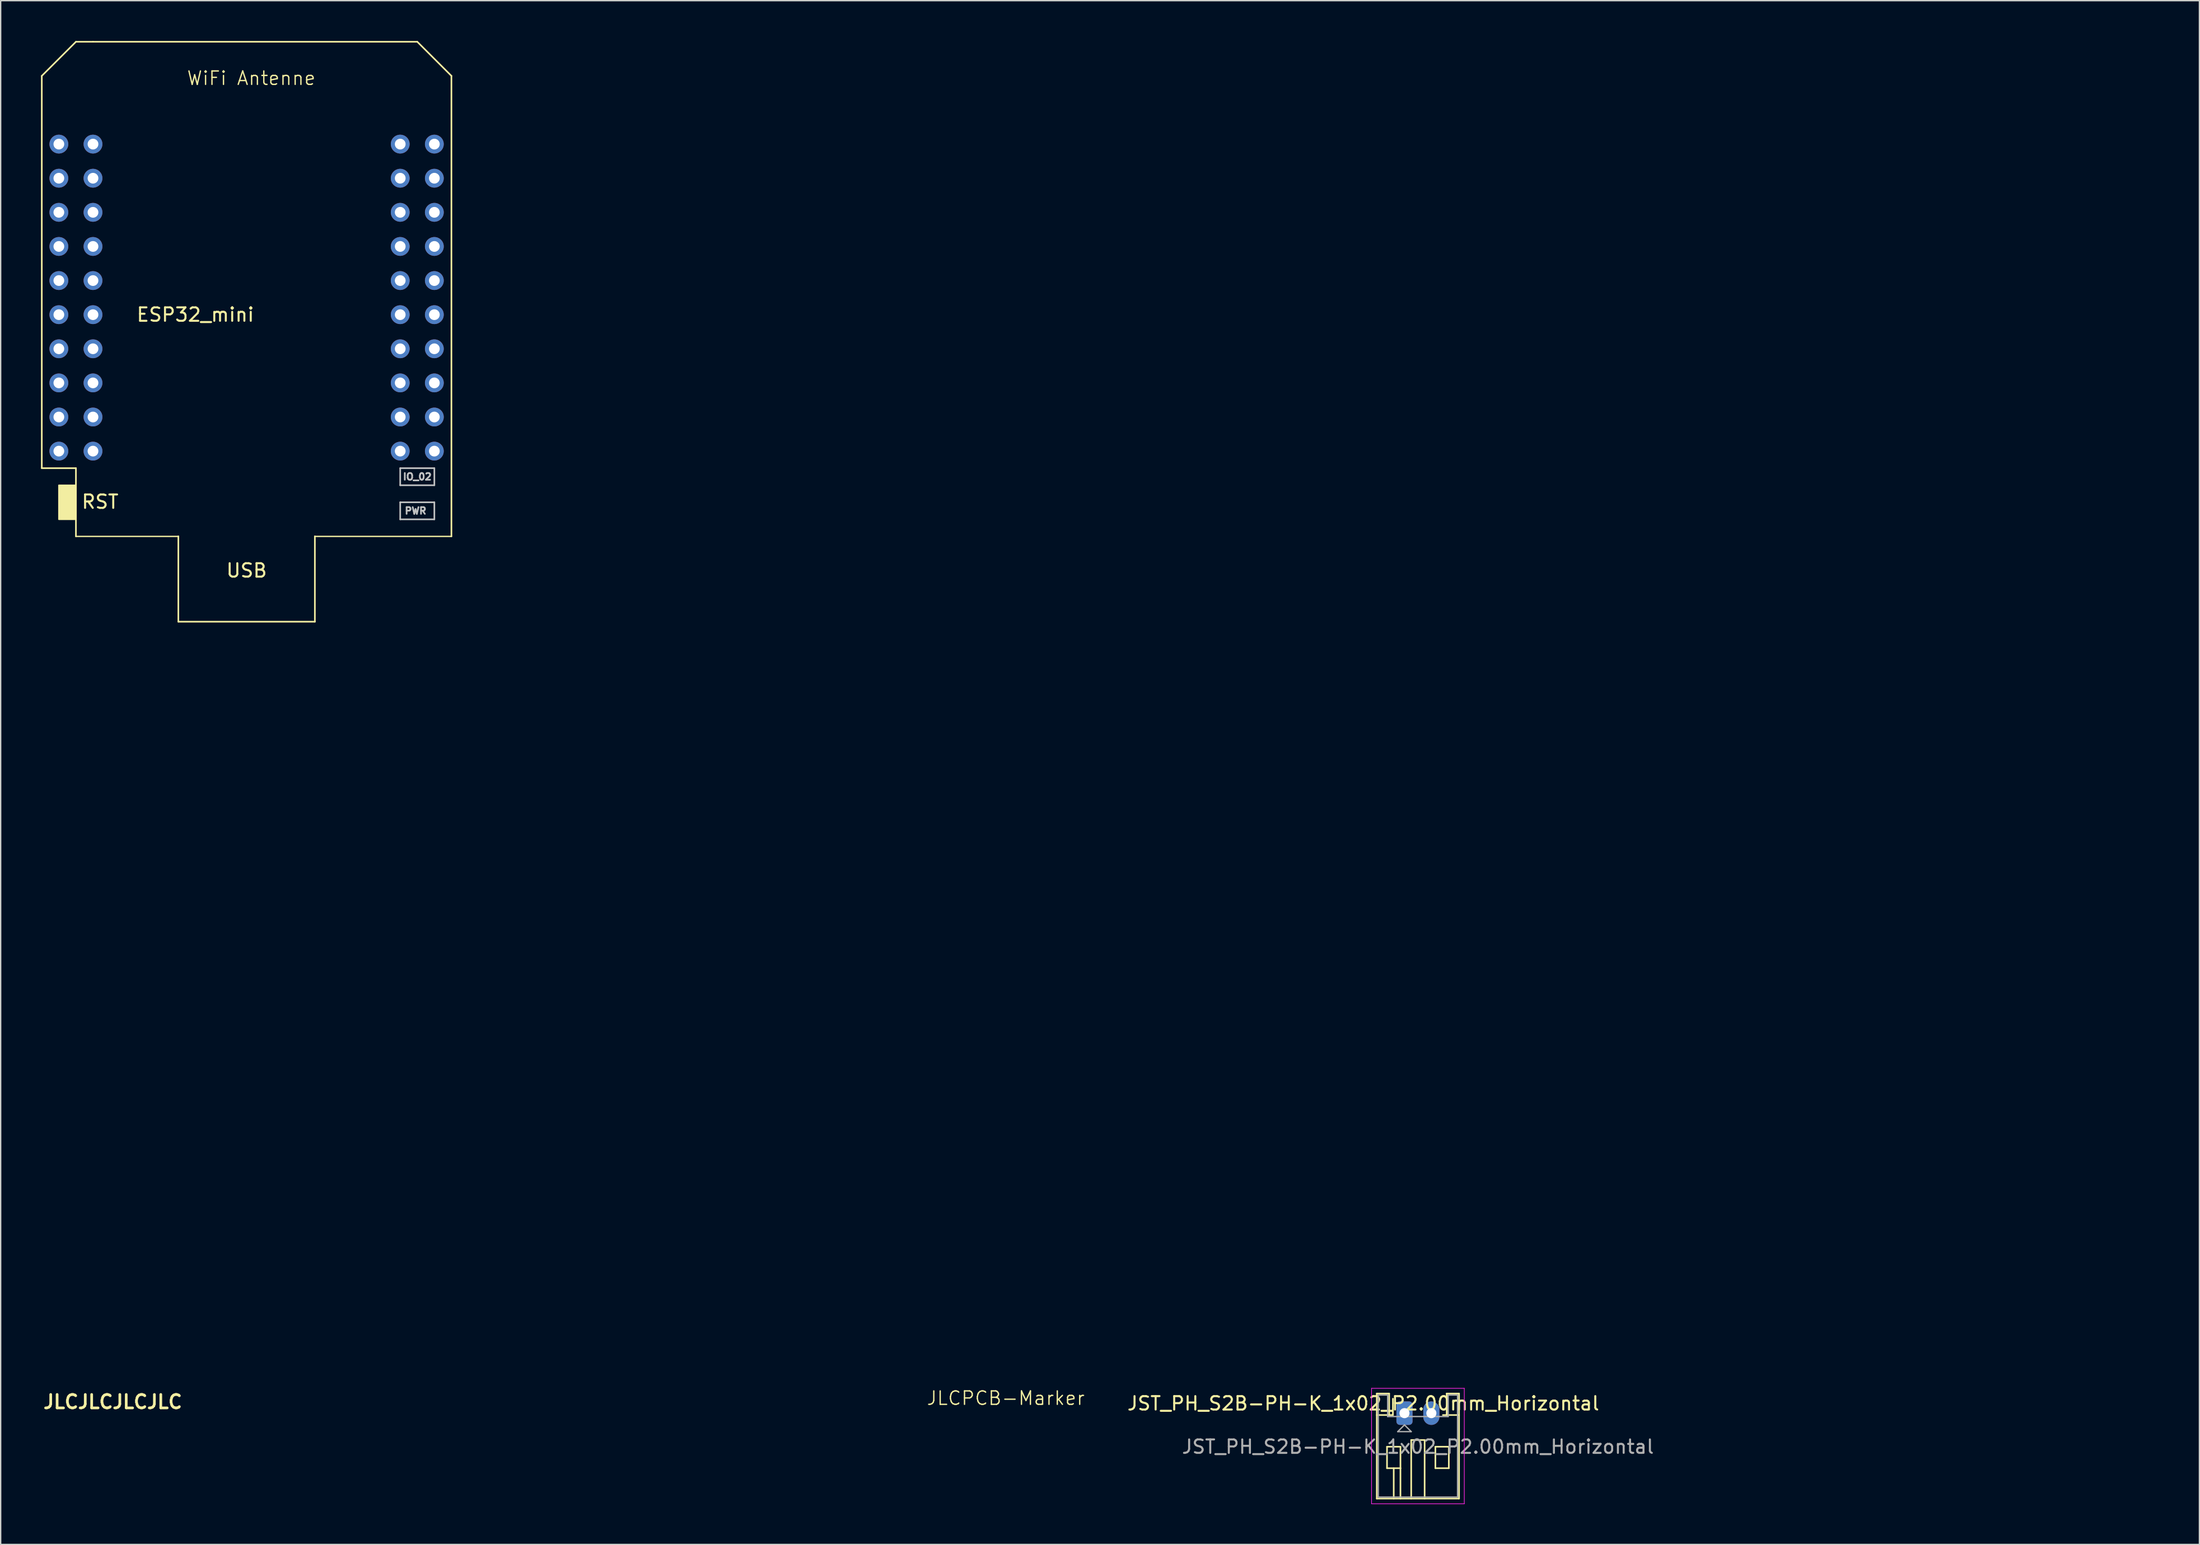
<source format=kicad_pcb>
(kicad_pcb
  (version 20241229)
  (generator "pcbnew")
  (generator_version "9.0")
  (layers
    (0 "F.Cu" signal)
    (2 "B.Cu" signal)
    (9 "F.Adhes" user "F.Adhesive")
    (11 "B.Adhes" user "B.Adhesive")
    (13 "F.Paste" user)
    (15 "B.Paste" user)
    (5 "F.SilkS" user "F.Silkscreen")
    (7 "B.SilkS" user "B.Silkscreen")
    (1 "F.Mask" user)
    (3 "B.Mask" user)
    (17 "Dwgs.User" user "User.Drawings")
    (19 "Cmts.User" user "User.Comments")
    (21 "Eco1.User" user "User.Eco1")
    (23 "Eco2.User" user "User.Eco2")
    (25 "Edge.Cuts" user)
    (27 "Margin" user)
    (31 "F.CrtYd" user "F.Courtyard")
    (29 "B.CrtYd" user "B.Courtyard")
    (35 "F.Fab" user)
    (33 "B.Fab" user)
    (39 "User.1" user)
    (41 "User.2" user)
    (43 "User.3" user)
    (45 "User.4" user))
  (footprint "JST_PH_S2B-PH-K_1x02_P2.00mm_Horizontal"
    (layer "F.Cu")
    (at 101.458 102.171)
    (property "Reference" "JST_PH_S2B-PH-K_1x02_P2.00mm_Horizontal" (at -3.064 -0.725 0) (layer "F.SilkS") (effects (font (size 1 1) (thickness 0.15))))
    (attr through_hole)
    (fp_line (start -2.06 -1.46) (end -2.06 6.36) (stroke (width 0.12) (type solid)) (layer "F.SilkS"))
    (fp_line (start -2.06 0.14) (end -1.14 0.14) (stroke (width 0.12) (type solid)) (layer "F.SilkS"))
    (fp_line (start -2.06 6.36) (end 4.06 6.36) (stroke (width 0.12) (type solid)) (layer "F.SilkS"))
    (fp_line (start -1.3 2.5) (end -1.3 4.1) (stroke (width 0.12) (type solid)) (layer "F.SilkS"))
    (fp_line (start -1.3 4.1) (end -0.3 4.1) (stroke (width 0.12) (type solid)) (layer "F.SilkS"))
    (fp_line (start -1.14 -1.46) (end -2.06 -1.46) (stroke (width 0.12) (type solid)) (layer "F.SilkS"))
    (fp_line (start -1.14 0.14) (end -1.14 -1.46) (stroke (width 0.12) (type solid)) (layer "F.SilkS"))
    (fp_line (start -0.86 0.14) (end -1.14 0.14) (stroke (width 0.12) (type solid)) (layer "F.SilkS"))
    (fp_line (start -0.86 0.14) (end -0.86 -1.075) (stroke (width 0.12) (type solid)) (layer "F.SilkS"))
    (fp_line (start -0.8 4.1) (end -0.8 6.36) (stroke (width 0.12) (type solid)) (layer "F.SilkS"))
    (fp_line (start -0.3 2.5) (end -1.3 2.5) (stroke (width 0.12) (type solid)) (layer "F.SilkS"))
    (fp_line (start -0.3 4.1) (end -0.3 2.5) (stroke (width 0.12) (type solid)) (layer "F.SilkS"))
    (fp_line (start -0.3 4.1) (end -0.3 6.36) (stroke (width 0.12) (type solid)) (layer "F.SilkS"))
    (fp_line (start 0.5 2) (end 1.5 2) (stroke (width 0.12) (type solid)) (layer "F.SilkS"))
    (fp_line (start 0.5 6.36) (end 0.5 2) (stroke (width 0.12) (type solid)) (layer "F.SilkS"))
    (fp_line (start 1.5 2) (end 1.5 6.36) (stroke (width 0.12) (type solid)) (layer "F.SilkS"))
    (fp_line (start 2.3 2.5) (end 3.3 2.5) (stroke (width 0.12) (type solid)) (layer "F.SilkS"))
    (fp_line (start 2.3 4.1) (end 2.3 2.5) (stroke (width 0.12) (type solid)) (layer "F.SilkS"))
    (fp_line (start 3.14 -1.46) (end 3.14 0.14) (stroke (width 0.12) (type solid)) (layer "F.SilkS"))
    (fp_line (start 3.14 0.14) (end 2.86 0.14) (stroke (width 0.12) (type solid)) (layer "F.SilkS"))
    (fp_line (start 3.3 2.5) (end 3.3 4.1) (stroke (width 0.12) (type solid)) (layer "F.SilkS"))
    (fp_line (start 3.3 4.1) (end 2.3 4.1) (stroke (width 0.12) (type solid)) (layer "F.SilkS"))
    (fp_line (start 4.06 -1.46) (end 3.14 -1.46) (stroke (width 0.12) (type solid)) (layer "F.SilkS"))
    (fp_line (start 4.06 0.14) (end 3.14 0.14) (stroke (width 0.12) (type solid)) (layer "F.SilkS"))
    (fp_line (start 4.06 6.36) (end 4.06 -1.46) (stroke (width 0.12) (type solid)) (layer "F.SilkS"))
    (fp_line (start -2.45 -1.85) (end -2.45 6.75) (stroke (width 0.05) (type solid)) (layer "F.CrtYd"))
    (fp_line (start -2.45 6.75) (end 4.45 6.75) (stroke (width 0.05) (type solid)) (layer "F.CrtYd"))
    (fp_line (start 4.45 -1.85) (end -2.45 -1.85) (stroke (width 0.05) (type solid)) (layer "F.CrtYd"))
    (fp_line (start 4.45 6.75) (end 4.45 -1.85) (stroke (width 0.05) (type solid)) (layer "F.CrtYd"))
    (fp_line (start -1.95 -1.35) (end -1.95 6.25) (stroke (width 0.1) (type solid)) (layer "F.Fab"))
    (fp_line (start -1.95 6.25) (end 3.95 6.25) (stroke (width 0.1) (type solid)) (layer "F.Fab"))
    (fp_line (start -1.25 -1.35) (end -1.95 -1.35) (stroke (width 0.1) (type solid)) (layer "F.Fab"))
    (fp_line (start -1.25 0.25) (end -1.25 -1.35) (stroke (width 0.1) (type solid)) (layer "F.Fab"))
    (fp_line (start -0.5 1.375) (end 0.5 1.375) (stroke (width 0.1) (type solid)) (layer "F.Fab"))
    (fp_line (start 0 0.875) (end -0.5 1.375) (stroke (width 0.1) (type solid)) (layer "F.Fab"))
    (fp_line (start 0.5 1.375) (end 0 0.875) (stroke (width 0.1) (type solid)) (layer "F.Fab"))
    (fp_line (start 3.25 -1.35) (end 3.25 0.25) (stroke (width 0.1) (type solid)) (layer "F.Fab"))
    (fp_line (start 3.25 0.25) (end -1.25 0.25) (stroke (width 0.1) (type solid)) (layer "F.Fab"))
    (fp_line (start 3.95 -1.35) (end 3.25 -1.35) (stroke (width 0.1) (type solid)) (layer "F.Fab"))
    (fp_line (start 3.95 6.25) (end 3.95 -1.35) (stroke (width 0.1) (type solid)) (layer "F.Fab"))
    (fp_text user "${REFERENCE}" (at 1 2.5 0) (layer "F.Fab") (effects (font (size 1 1) (thickness 0.15))))
    (pad "1" thru_hole roundrect (at 0 0) (size 1.2 1.75) (drill 0.75) (layers "*.Cu" "*.Mask") (roundrect_rratio 0.208))
    (pad "2" thru_hole oval (at 2 0) (size 1.2 1.75) (drill 0.75) (layers "*.Cu" "*.Mask")))
  (footprint "JLCPCB-Marker"
    (layer "F.Cu")
    (at 71.791 101.556)
    (property "Reference" "JLCPCB-Marker" (at 0 -0.5 0) (unlocked yes) (layer "F.SilkS") (effects (font (size 1 1) (thickness 0.1))))
    (fp_text user "JLCJLCJLCJLC" (at -66.448 0.356 0) (unlocked yes) (layer "F.SilkS") (effects (font (size 1 1) (thickness 0.2) (bold yes)) (justify bottom))))
  (footprint "ESP32_mini"
    (layer "F.Cu")
    (at 15.3 19.11)
    (property "Reference" "ESP32_mini" (at -3.81 1.27 0) (layer "F.SilkS") (effects (font (size 1 1) (thickness 0.15))))
    (attr through_hole)
    (fp_line (start -15.24 -16.51) (end -15.24 12.7) (stroke (width 0.12) (type solid)) (layer "F.SilkS"))
    (fp_line (start -15.24 12.7) (end -12.7 12.7) (stroke (width 0.12) (type solid)) (layer "F.SilkS"))
    (fp_line (start -12.7 -19.05) (end -15.24 -16.51) (stroke (width 0.12) (type solid)) (layer "F.SilkS"))
    (fp_line (start -12.7 -19.05) (end -11.43 -19.05) (stroke (width 0.12) (type solid)) (layer "F.SilkS"))
    (fp_line (start -12.7 12.7) (end -12.7 17.78) (stroke (width 0.12) (type solid)) (layer "F.SilkS"))
    (fp_line (start -12.7 17.78) (end -5.08 17.78) (stroke (width 0.1) (type default)) (layer "F.SilkS"))
    (fp_line (start -5.08 17.78) (end -5.08 17.78) (stroke (width 0.12) (type solid)) (layer "F.SilkS"))
    (fp_line (start -5.08 17.78) (end -5.08 24.13) (stroke (width 0.12) (type solid)) (layer "F.SilkS"))
    (fp_line (start -5.08 24.13) (end 5.08 24.13) (stroke (width 0.12) (type solid)) (layer "F.SilkS"))
    (fp_line (start 5.08 17.78) (end 5.08 17.78) (stroke (width 0.12) (type solid)) (layer "F.SilkS"))
    (fp_line (start 5.08 17.78) (end 15.24 17.78) (stroke (width 0.1) (type default)) (layer "F.SilkS"))
    (fp_line (start 5.08 24.13) (end 5.08 17.78) (stroke (width 0.12) (type solid)) (layer "F.SilkS"))
    (fp_line (start 12.7 -19.05) (end -11.43 -19.05) (stroke (width 0.12) (type solid)) (layer "F.SilkS"))
    (fp_line (start 12.7 -19.05) (end 15.24 -16.51) (stroke (width 0.12) (type solid)) (layer "F.SilkS"))
    (fp_line (start 15.24 -16.51) (end 15.24 17.78) (stroke (width 0.12) (type solid)) (layer "F.SilkS"))
    (fp_poly (pts (xy -13.97 16.51) (xy -13.97 13.97) (xy -12.7 13.97) (xy -12.7 16.51)) (stroke (width 0.1) (type solid)) (fill yes) (layer "F.SilkS"))
    (fp_line (start 11.43 12.7) (end 11.43 13.97) (stroke (width 0.12) (type solid)) (layer "Dwgs.User"))
    (fp_line (start 11.43 13.97) (end 13.97 13.97) (stroke (width 0.12) (type solid)) (layer "Dwgs.User"))
    (fp_line (start 11.43 15.24) (end 13.97 15.24) (stroke (width 0.12) (type solid)) (layer "Dwgs.User"))
    (fp_line (start 11.43 16.51) (end 11.43 15.24) (stroke (width 0.12) (type solid)) (layer "Dwgs.User"))
    (fp_line (start 13.97 12.7) (end 11.43 12.7) (stroke (width 0.12) (type solid)) (layer "Dwgs.User"))
    (fp_line (start 13.97 13.97) (end 13.97 12.7) (stroke (width 0.12) (type solid)) (layer "Dwgs.User"))
    (fp_line (start 13.97 15.24) (end 13.97 16.51) (stroke (width 0.12) (type solid)) (layer "Dwgs.User"))
    (fp_line (start 13.97 16.51) (end 11.43 16.51) (stroke (width 0.12) (type solid)) (layer "Dwgs.User"))
    (fp_text user "USB" (at 0 20.32 0) (layer "F.SilkS") (effects (font (size 1 1) (thickness 0.15))))
    (fp_text user "RST" (at -10.9 15.2 0) (layer "F.SilkS") (effects (font (size 1 1) (thickness 0.15))))
    (fp_text user "WiFi Antenne" (at -4.5 -15.75 0) (unlocked yes) (layer "F.SilkS") (effects (font (size 1 1) (thickness 0.1)) (justify left bottom)))
    (fp_text user "IO_02" (at 12.7 13.335 0) (layer "Dwgs.User") (effects (font (size 0.5 0.5) (thickness 0.125))))
    (fp_text user "PWR" (at 12.573 15.875 0) (layer "Dwgs.User") (effects (font (size 0.5 0.5) (thickness 0.125))))
    (pad "1" thru_hole circle (at -13.97 -11.43 270) (size 1.4 1.4) (drill 0.8) (layers "*.Cu" "*.Mask"))
    (pad "2" thru_hole circle (at -11.43 -11.43 270) (size 1.4 1.4) (drill 0.8) (layers "*.Cu" "*.Mask"))
    (pad "3" thru_hole circle (at -13.97 -8.89 270) (size 1.4 1.4) (drill 0.8) (layers "*.Cu" "*.Mask"))
    (pad "4" thru_hole circle (at -11.43 -8.89 270) (size 1.4 1.4) (drill 0.8) (layers "*.Cu" "*.Mask"))
    (pad "5" thru_hole circle (at -13.97 -6.35 270) (size 1.4 1.4) (drill 0.8) (layers "*.Cu" "*.Mask"))
    (pad "6" thru_hole circle (at -11.43 -6.35 270) (size 1.4 1.4) (drill 0.8) (layers "*.Cu" "*.Mask"))
    (pad "7" thru_hole circle (at -13.97 -3.81 270) (size 1.4 1.4) (drill 0.8) (layers "*.Cu" "*.Mask"))
    (pad "8" thru_hole circle (at -11.43 -3.81 270) (size 1.4 1.4) (drill 0.8) (layers "*.Cu" "*.Mask"))
    (pad "9" thru_hole circle (at -13.97 -1.27 270) (size 1.4 1.4) (drill 0.8) (layers "*.Cu" "*.Mask"))
    (pad "10" thru_hole circle (at -11.43 -1.27 270) (size 1.4 1.4) (drill 0.8) (layers "*.Cu" "*.Mask"))
    (pad "11" thru_hole circle (at -13.97 1.27 270) (size 1.4 1.4) (drill 0.8) (layers "*.Cu" "*.Mask"))
    (pad "12" thru_hole circle (at -11.43 1.27 270) (size 1.4 1.4) (drill 0.8) (layers "*.Cu" "*.Mask"))
    (pad "13" thru_hole circle (at -13.97 3.81 270) (size 1.4 1.4) (drill 0.8) (layers "*.Cu" "*.Mask"))
    (pad "14" thru_hole circle (at -11.43 3.81 270) (size 1.4 1.4) (drill 0.8) (layers "*.Cu" "*.Mask"))
    (pad "15" thru_hole circle (at -13.97 6.35 270) (size 1.4 1.4) (drill 0.8) (layers "*.Cu" "*.Mask"))
    (pad "16" thru_hole circle (at -11.43 6.35 270) (size 1.4 1.4) (drill 0.8) (layers "*.Cu" "*.Mask"))
    (pad "17" thru_hole circle (at -13.97 8.89 270) (size 1.4 1.4) (drill 0.8) (layers "*.Cu" "*.Mask"))
    (pad "18" thru_hole circle (at -11.43 8.89 270) (size 1.4 1.4) (drill 0.8) (layers "*.Cu" "*.Mask"))
    (pad "19" thru_hole circle (at -13.97 11.43 270) (size 1.4 1.4) (drill 0.8) (layers "*.Cu" "*.Mask"))
    (pad "20" thru_hole circle (at -11.43 11.43 270) (size 1.4 1.4) (drill 0.8) (layers "*.Cu" "*.Mask"))
    (pad "21" thru_hole circle (at 11.43 -11.43 270) (size 1.4 1.4) (drill 0.8) (layers "*.Cu" "*.Mask"))
    (pad "22" thru_hole circle (at 13.97 -11.43 270) (size 1.4 1.4) (drill 0.8) (layers "*.Cu" "*.Mask"))
    (pad "23" thru_hole circle (at 11.43 -8.89 270) (size 1.4 1.4) (drill 0.8) (layers "*.Cu" "*.Mask"))
    (pad "24" thru_hole circle (at 13.97 -8.89 270) (size 1.4 1.4) (drill 0.8) (layers "*.Cu" "*.Mask"))
    (pad "25" thru_hole circle (at 11.43 -6.35 270) (size 1.4 1.4) (drill 0.8) (layers "*.Cu" "*.Mask"))
    (pad "26" thru_hole circle (at 13.97 -6.35 270) (size 1.4 1.4) (drill 0.8) (layers "*.Cu" "*.Mask"))
    (pad "27" thru_hole circle (at 11.43 -3.81 270) (size 1.4 1.4) (drill 0.8) (layers "*.Cu" "*.Mask"))
    (pad "28" thru_hole circle (at 13.97 -3.81 270) (size 1.4 1.4) (drill 0.8) (layers "*.Cu" "*.Mask"))
    (pad "29" thru_hole circle (at 11.43 -1.27 270) (size 1.4 1.4) (drill 0.8) (layers "*.Cu" "*.Mask"))
    (pad "30" thru_hole circle (at 13.97 -1.27 270) (size 1.4 1.4) (drill 0.8) (layers "*.Cu" "*.Mask"))
    (pad "31" thru_hole circle (at 11.43 1.27 270) (size 1.4 1.4) (drill 0.8) (layers "*.Cu" "*.Mask"))
    (pad "32" thru_hole circle (at 13.97 1.27 270) (size 1.4 1.4) (drill 0.8) (layers "*.Cu" "*.Mask"))
    (pad "33" thru_hole circle (at 11.43 3.81 270) (size 1.4 1.4) (drill 0.8) (layers "*.Cu" "*.Mask"))
    (pad "34" thru_hole circle (at 13.97 3.81 270) (size 1.4 1.4) (drill 0.8) (layers "*.Cu" "*.Mask"))
    (pad "35" thru_hole circle (at 11.43 6.35 270) (size 1.4 1.4) (drill 0.8) (layers "*.Cu" "*.Mask"))
    (pad "36" thru_hole circle (at 13.97 6.35 270) (size 1.4 1.4) (drill 0.8) (layers "*.Cu" "*.Mask"))
    (pad "37" thru_hole circle (at 11.43 8.89 270) (size 1.4 1.4) (drill 0.8) (layers "*.Cu" "*.Mask"))
    (pad "38" thru_hole circle (at 13.97 8.89 270) (size 1.4 1.4) (drill 0.8) (layers "*.Cu" "*.Mask"))
    (pad "39" thru_hole circle (at 11.43 11.43 270) (size 1.4 1.4) (drill 0.8) (layers "*.Cu" "*.Mask"))
    (pad "40" thru_hole circle (at 13.97 11.43 270) (size 1.4 1.4) (drill 0.8) (layers "*.Cu" "*.Mask"))
    (zone (net_name "") (layers "F.Cu" "B.Cu") (hatch edge 0.5) (connect_pads) (min_thickness 0.25) (filled_areas_thickness no) (keepout (tracks not_allowed) (vias not_allowed) (pads not_allowed) (copperpour not_allowed) (footprints allowed)) (placement (enabled no)) (fill) (polygon (pts (xy 134.86 89.796) (xy 157.61 89.796) (xy 157.61 97.296) (xy 134.86 97.296)))))
  (gr_rect
    (start -3 -3)
    (end 160.61 111.946)
    (stroke (width 0.1) (type default))
    (fill no)
    (layer "Edge.Cuts")))
</source>
